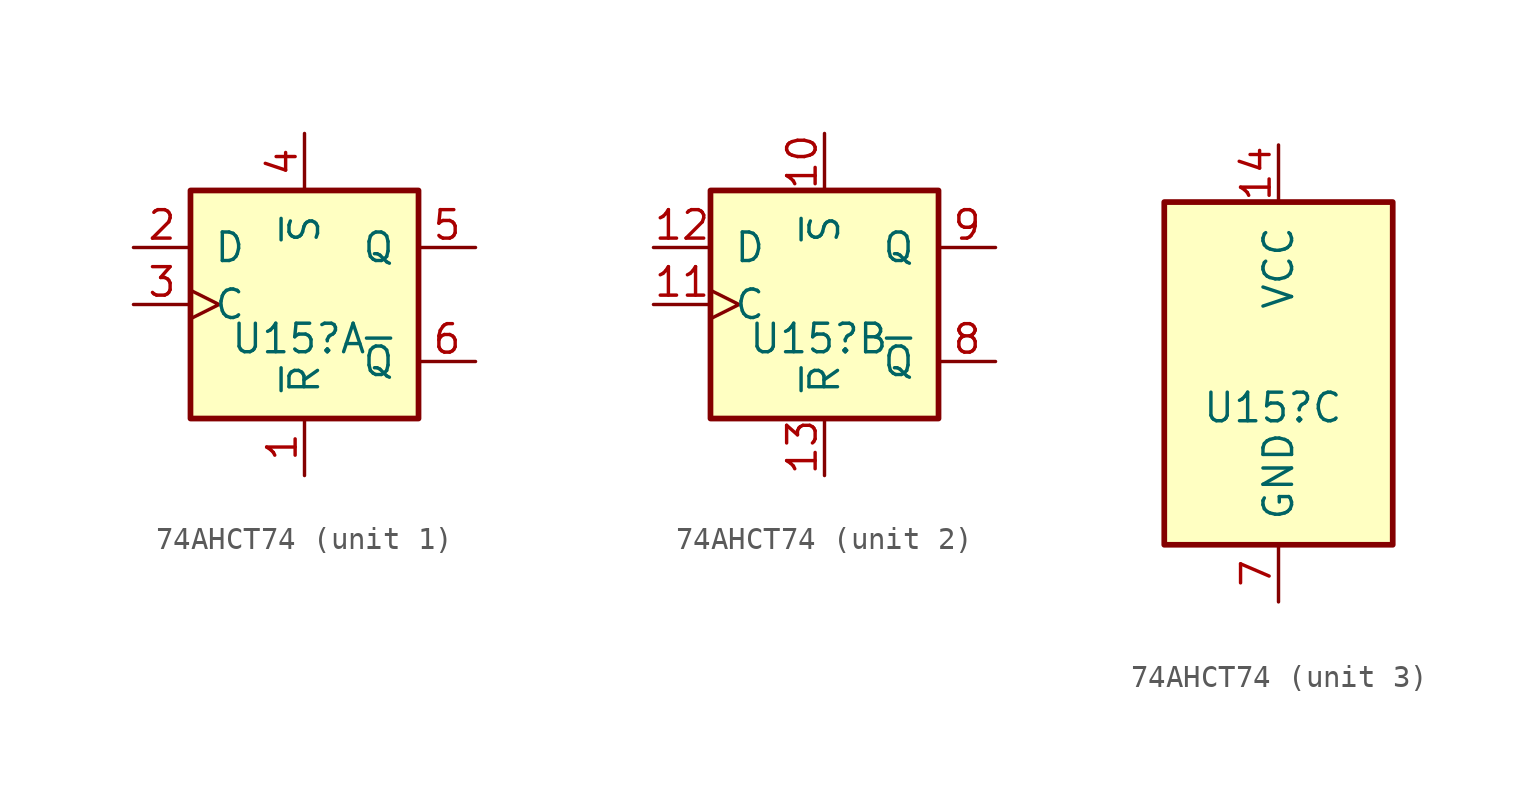
<source format=kicad_sym>
(kicad_symbol_lib
  (version 20241209)
  (generator "kicad_symbol_editor")
  (generator_version "9.0")
  (symbol "74AHCT74"
    (pin_names
      (offset 1.016))
    (property "Reference" "U15"
      (at -0.254 -1.524 0)
      (effects (font (size 1.27 1.27))))
    (property "Description" ""
      (at 0 0 0)
      (effects (font (size 1.27 1.27))))
    (property "ki_locked" ""
      (at 0 0 0)
      (effects (font (size 1.27 1.27))))
    (symbol "74AHCT74_1_0"
      (pin input line (at -7.62 2.54 0) (length 2.54) (name "D" (effects (font (size 1.27 1.27)))) (number "2" (effects (font (size 1.27 1.27)))))
      (pin input clock (at -7.62 0 0) (length 2.54) (name "C" (effects (font (size 1.27 1.27)))) (number "3" (effects (font (size 1.27 1.27)))))
      (pin input line (at 0 7.62 270) (length 2.54) (name "~{S}" (effects (font (size 1.27 1.27)))) (number "4" (effects (font (size 1.27 1.27)))))
      (pin input line (at 0 -7.62 90) (length 2.54) (name "~{R}" (effects (font (size 1.27 1.27)))) (number "1" (effects (font (size 1.27 1.27)))))
      (pin output line (at 7.62 2.54 180) (length 2.54) (name "Q" (effects (font (size 1.27 1.27)))) (number "5" (effects (font (size 1.27 1.27)))))
      (pin output line (at 7.62 -2.54 180) (length 2.54) (name "~{Q}" (effects (font (size 1.27 1.27)))) (number "6" (effects (font (size 1.27 1.27))))))
    (symbol "74AHCT74_1_1"
      (rectangle (start -5.08 5.08) (end 5.08 -5.08) (stroke (width 0.254) (type default)) (fill (type background))))
    (symbol "74AHCT74_2_0"
      (pin input line (at -7.62 2.54 0) (length 2.54) (name "D" (effects (font (size 1.27 1.27)))) (number "12" (effects (font (size 1.27 1.27)))))
      (pin input clock (at -7.62 0 0) (length 2.54) (name "C" (effects (font (size 1.27 1.27)))) (number "11" (effects (font (size 1.27 1.27)))))
      (pin input line (at 0 7.62 270) (length 2.54) (name "~{S}" (effects (font (size 1.27 1.27)))) (number "10" (effects (font (size 1.27 1.27)))))
      (pin input line (at 0 -7.62 90) (length 2.54) (name "~{R}" (effects (font (size 1.27 1.27)))) (number "13" (effects (font (size 1.27 1.27)))))
      (pin output line (at 7.62 2.54 180) (length 2.54) (name "Q" (effects (font (size 1.27 1.27)))) (number "9" (effects (font (size 1.27 1.27)))))
      (pin output line (at 7.62 -2.54 180) (length 2.54) (name "~{Q}" (effects (font (size 1.27 1.27)))) (number "8" (effects (font (size 1.27 1.27))))))
    (symbol "74AHCT74_2_1"
      (rectangle (start -5.08 5.08) (end 5.08 -5.08) (stroke (width 0.254) (type default)) (fill (type background))))
    (symbol "74AHCT74_3_0"
      (pin power_in line (at 0 10.16 270) (length 2.54) (name "VCC" (effects (font (size 1.27 1.27)))) (number "14" (effects (font (size 1.27 1.27)))))
      (pin power_in line (at 0 -10.16 90) (length 2.54) (name "GND" (effects (font (size 1.27 1.27)))) (number "7" (effects (font (size 1.27 1.27))))))
    (symbol "74AHCT74_3_1"
      (rectangle (start -5.08 7.62) (end 5.08 -7.62) (stroke (width 0.254) (type default)) (fill (type background))))))
</source>
